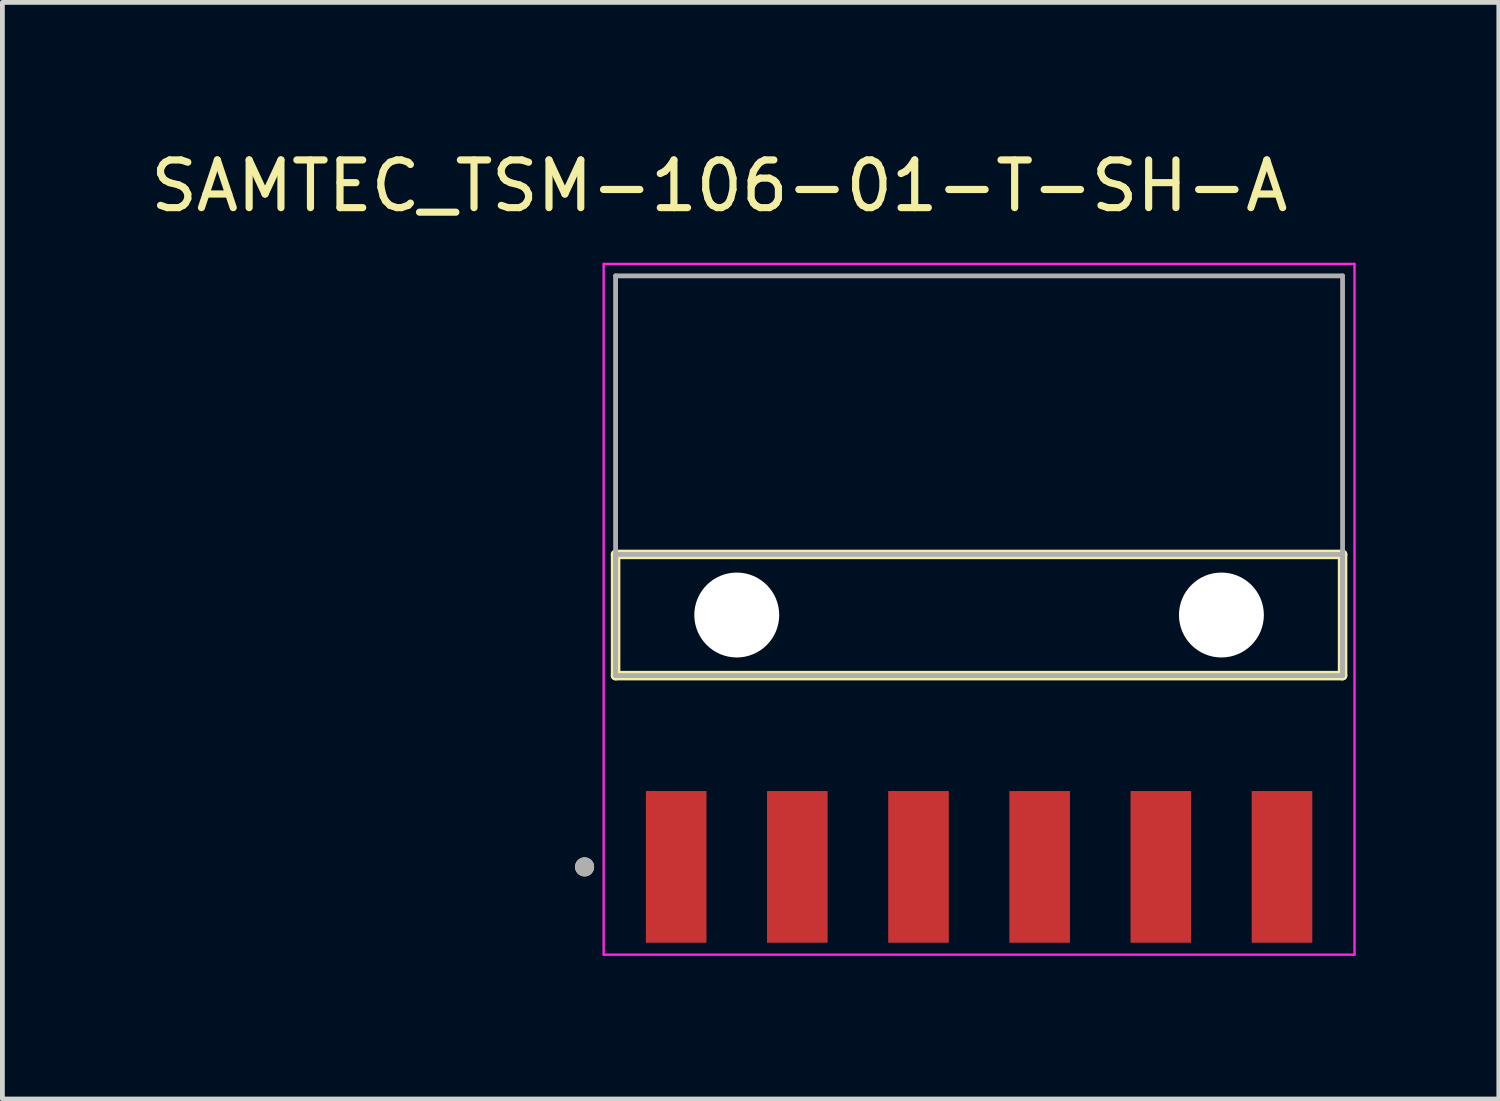
<source format=kicad_pcb>
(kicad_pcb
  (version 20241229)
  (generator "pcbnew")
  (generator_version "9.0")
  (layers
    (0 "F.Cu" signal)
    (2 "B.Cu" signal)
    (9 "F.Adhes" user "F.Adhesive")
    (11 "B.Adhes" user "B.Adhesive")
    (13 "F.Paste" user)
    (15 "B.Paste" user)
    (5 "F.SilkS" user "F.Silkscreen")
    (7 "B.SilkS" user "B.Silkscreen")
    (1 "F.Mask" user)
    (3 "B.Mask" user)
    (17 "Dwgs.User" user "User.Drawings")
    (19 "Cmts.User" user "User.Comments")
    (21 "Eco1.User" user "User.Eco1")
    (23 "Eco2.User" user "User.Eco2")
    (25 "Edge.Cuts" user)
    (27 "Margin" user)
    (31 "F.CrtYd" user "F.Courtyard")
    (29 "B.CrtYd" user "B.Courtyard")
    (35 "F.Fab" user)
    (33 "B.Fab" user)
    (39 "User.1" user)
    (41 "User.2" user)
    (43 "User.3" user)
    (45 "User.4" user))
  (footprint "SAMTEC_TSM-106-01-T-SH-A"
    (layer "F.Cu")
    (at 17.475 9.843)
    (property "Reference" "SAMTEC_TSM-106-01-T-SH-A" (at -5.445 -8.995 0) (layer "F.SilkS") (effects (font (size 1 1) (thickness 0.15))))
    (attr through_hole)
    (fp_line (start -7.62 1.27) (end -7.62 -1.27) (stroke (width 0.2) (type solid)) (layer "F.SilkS"))
    (fp_line (start 7.62 -1.27) (end -7.62 -1.27) (stroke (width 0.2) (type solid)) (layer "F.SilkS"))
    (fp_line (start 7.62 -1.27) (end 7.62 1.27) (stroke (width 0.2) (type solid)) (layer "F.SilkS"))
    (fp_line (start 7.62 1.27) (end -7.62 1.27) (stroke (width 0.2) (type solid)) (layer "F.SilkS"))
    (fp_circle (center -8.27 5.28) (end -8.17 5.28) (stroke (width 0.2) (type solid)) (fill no) (layer "F.SilkS"))
    (fp_line (start -7.87 -7.36) (end 7.87 -7.36) (stroke (width 0.05) (type solid)) (layer "F.CrtYd"))
    (fp_line (start -7.87 7.12) (end -7.87 -7.36) (stroke (width 0.05) (type solid)) (layer "F.CrtYd"))
    (fp_line (start 7.87 -7.36) (end 7.87 7.12) (stroke (width 0.05) (type solid)) (layer "F.CrtYd"))
    (fp_line (start 7.87 7.12) (end -7.87 7.12) (stroke (width 0.05) (type solid)) (layer "F.CrtYd"))
    (fp_line (start -7.62 -7.11) (end 7.62 -7.11) (stroke (width 0.1) (type solid)) (layer "F.Fab"))
    (fp_line (start -7.62 -1.27) (end 7.62 -1.27) (stroke (width 0.1) (type solid)) (layer "F.Fab"))
    (fp_line (start -7.62 1.27) (end -7.62 -7.11) (stroke (width 0.1) (type solid)) (layer "F.Fab"))
    (fp_line (start -7.62 1.27) (end -7.62 -1.27) (stroke (width 0.1) (type solid)) (layer "F.Fab"))
    (fp_line (start 7.62 -7.11) (end 7.62 1.27) (stroke (width 0.1) (type solid)) (layer "F.Fab"))
    (fp_line (start 7.62 -1.27) (end 7.62 1.27) (stroke (width 0.1) (type solid)) (layer "F.Fab"))
    (fp_line (start 7.62 1.27) (end -7.62 1.27) (stroke (width 0.1) (type solid)) (layer "F.Fab"))
    (fp_circle (center -8.27 5.28) (end -8.17 5.28) (stroke (width 0.2) (type solid)) (fill no) (layer "F.Fab"))
    (pad "" np_thru_hole circle (at -5.08 0) (size 1.78 1.78) (drill 1.78) (layers "*.Cu" "*.Mask"))
    (pad "" np_thru_hole circle (at 5.08 0) (size 1.78 1.78) (drill 1.78) (layers "*.Cu" "*.Mask"))
    (pad "01" smd rect (at -6.35 5.28) (size 1.27 3.18) (layers "F.Cu" "F.Mask" "F.Paste"))
    (pad "02" smd rect (at -3.81 5.28) (size 1.27 3.18) (layers "F.Cu" "F.Mask" "F.Paste"))
    (pad "03" smd rect (at -1.27 5.28) (size 1.27 3.18) (layers "F.Cu" "F.Mask" "F.Paste"))
    (pad "04" smd rect (at 1.27 5.28) (size 1.27 3.18) (layers "F.Cu" "F.Mask" "F.Paste"))
    (pad "05" smd rect (at 3.81 5.28) (size 1.27 3.18) (layers "F.Cu" "F.Mask" "F.Paste"))
    (pad "06" smd rect (at 6.35 5.28) (size 1.27 3.18) (layers "F.Cu" "F.Mask" "F.Paste")))
  (gr_rect
    (start -3 -3)
    (end 28.37 19.988)
    (stroke (width 0.1) (type default))
    (fill no)
    (layer "Edge.Cuts")))
</source>
